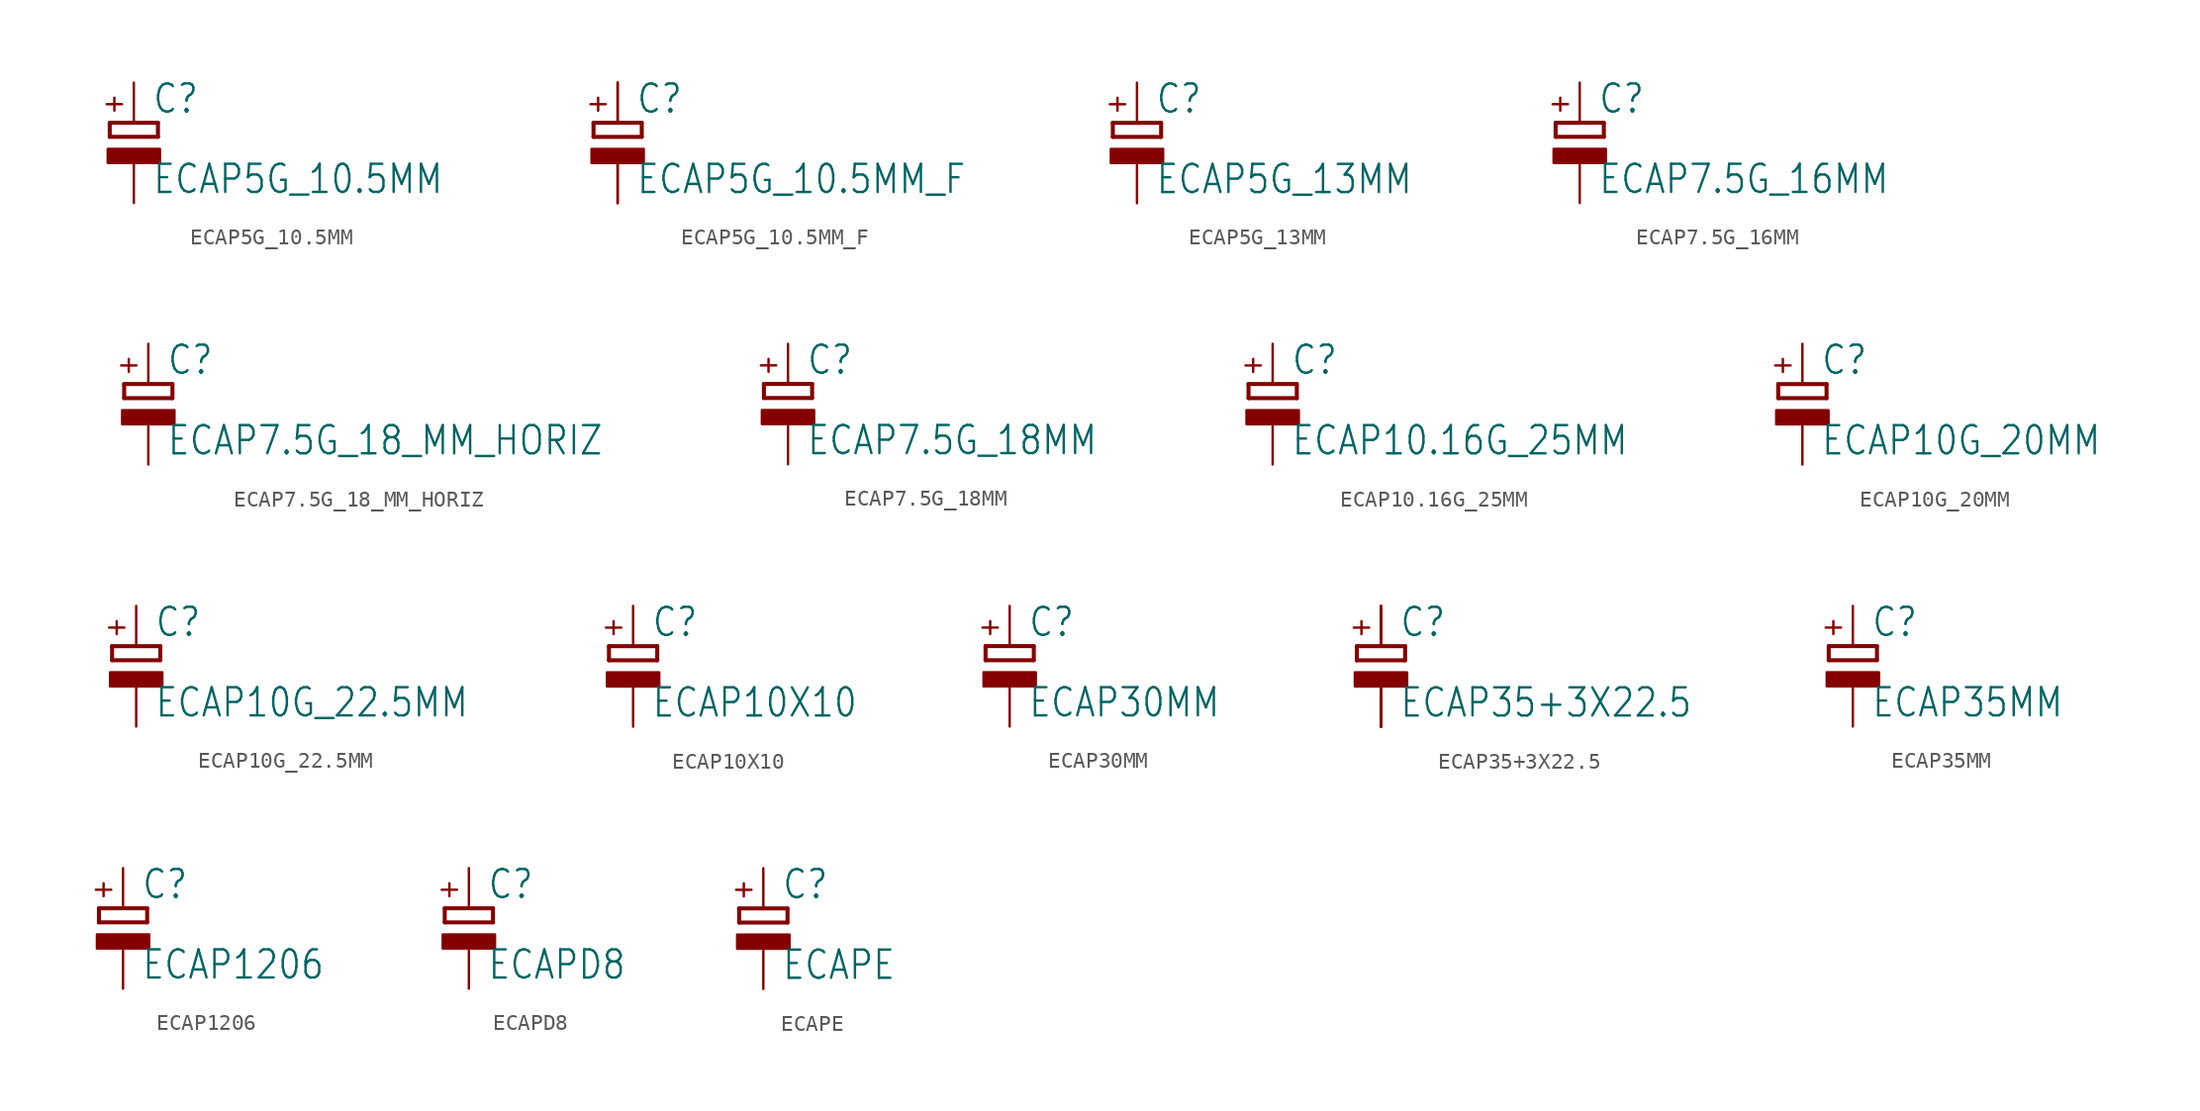
<source format=kicad_sym>
(kicad_symbol_lib
  (version 20211014)
  (generator kicad_symbol_editor)
  (symbol "ECAP5G_10.5MM"
    (property "Reference" "C"
      (at 1.143 0.483 0)
      (effects (font (size 1.778 1.511)) (justify left bottom)))
    (property "Value" "ECAP5G_10.5MM"
      (at 1.143 -4.597 0)
      (effects (font (size 1.778 1.511)) (justify left bottom)))
    (property "ki_locked" ""
      (at 0 0 0)
      (effects (font (size 1.27 1.27))))
    (symbol "ECAP5G_10.5MM_1_0"
      (rectangle (start -1.651 -2.54) (end 1.651 -1.651) (stroke (width 0) (type default) (color 0 0 0 0)) (fill (type outline)))
      (polyline (pts (xy -1.524 -0.889) (xy 1.524 -0.889)) (stroke (width 0.254) (type default) (color 0 0 0 0)) (fill (type none)))
      (polyline (pts (xy -1.524 0) (xy -1.524 -0.889)) (stroke (width 0.254) (type default) (color 0 0 0 0)) (fill (type none)))
      (polyline (pts (xy -1.524 0) (xy 1.524 0)) (stroke (width 0.254) (type default) (color 0 0 0 0)) (fill (type none)))
      (polyline (pts (xy 1.524 -0.889) (xy 1.524 0)) (stroke (width 0.254) (type default) (color 0 0 0 0)) (fill (type none)))
      (text "+" (at -0.584 0.406 900) (effects (font (size 1.27 1.079)) (justify left bottom)))
      (pin passive line (at 0 2.54 270) (length 2.54) (name "+" (effects (font (size 0 0)))) (number "+" (effects (font (size 0 0)))))
      (pin passive line (at 0 -5.08 90) (length 2.54) (name "-" (effects (font (size 0 0)))) (number "-" (effects (font (size 0 0)))))))
  (symbol "ECAP5G_10.5MM_F"
    (property "Reference" "C"
      (at 1.143 0.483 0)
      (effects (font (size 1.778 1.511)) (justify left bottom)))
    (property "Value" "ECAP5G_10.5MM_F"
      (at 1.143 -4.597 0)
      (effects (font (size 1.778 1.511)) (justify left bottom)))
    (property "ki_locked" ""
      (at 0 0 0)
      (effects (font (size 1.27 1.27))))
    (symbol "ECAP5G_10.5MM_F_1_0"
      (rectangle (start -1.651 -2.54) (end 1.651 -1.651) (stroke (width 0) (type default) (color 0 0 0 0)) (fill (type outline)))
      (polyline (pts (xy -1.524 -0.889) (xy 1.524 -0.889)) (stroke (width 0.254) (type default) (color 0 0 0 0)) (fill (type none)))
      (polyline (pts (xy -1.524 0) (xy -1.524 -0.889)) (stroke (width 0.254) (type default) (color 0 0 0 0)) (fill (type none)))
      (polyline (pts (xy -1.524 0) (xy 1.524 0)) (stroke (width 0.254) (type default) (color 0 0 0 0)) (fill (type none)))
      (polyline (pts (xy 1.524 -0.889) (xy 1.524 0)) (stroke (width 0.254) (type default) (color 0 0 0 0)) (fill (type none)))
      (text "+" (at -0.584 0.406 900) (effects (font (size 1.27 1.079)) (justify left bottom)))
      (pin passive line (at 0 2.54 270) (length 2.54) (name "+" (effects (font (size 0 0)))) (number "+" (effects (font (size 0 0)))))
      (pin passive line (at 0 2.54 270) (length 2.54) (name "+" (effects (font (size 0 0)))) (number "+.1" (effects (font (size 0 0)))))
      (pin passive line (at 0 -5.08 90) (length 2.54) (name "-" (effects (font (size 0 0)))) (number "-" (effects (font (size 0 0)))))
      (pin passive line (at 0 -5.08 90) (length 2.54) (name "-" (effects (font (size 0 0)))) (number "-.1" (effects (font (size 0 0)))))))
  (symbol "ECAP5G_13MM"
    (property "Reference" "C"
      (at 1.143 0.483 0)
      (effects (font (size 1.778 1.511)) (justify left bottom)))
    (property "Value" "ECAP5G_13MM"
      (at 1.143 -4.597 0)
      (effects (font (size 1.778 1.511)) (justify left bottom)))
    (property "ki_locked" ""
      (at 0 0 0)
      (effects (font (size 1.27 1.27))))
    (symbol "ECAP5G_13MM_1_0"
      (rectangle (start -1.651 -2.54) (end 1.651 -1.651) (stroke (width 0) (type default) (color 0 0 0 0)) (fill (type outline)))
      (polyline (pts (xy -1.524 -0.889) (xy 1.524 -0.889)) (stroke (width 0.254) (type default) (color 0 0 0 0)) (fill (type none)))
      (polyline (pts (xy -1.524 0) (xy -1.524 -0.889)) (stroke (width 0.254) (type default) (color 0 0 0 0)) (fill (type none)))
      (polyline (pts (xy -1.524 0) (xy 1.524 0)) (stroke (width 0.254) (type default) (color 0 0 0 0)) (fill (type none)))
      (polyline (pts (xy 1.524 -0.889) (xy 1.524 0)) (stroke (width 0.254) (type default) (color 0 0 0 0)) (fill (type none)))
      (text "+" (at -0.584 0.406 900) (effects (font (size 1.27 1.079)) (justify left bottom)))
      (pin passive line (at 0 2.54 270) (length 2.54) (name "+" (effects (font (size 0 0)))) (number "+" (effects (font (size 0 0)))))
      (pin passive line (at 0 -5.08 90) (length 2.54) (name "-" (effects (font (size 0 0)))) (number "-" (effects (font (size 0 0)))))))
  (symbol "ECAP7.5G_16MM"
    (property "Reference" "C"
      (at 1.143 0.483 0)
      (effects (font (size 1.778 1.511)) (justify left bottom)))
    (property "Value" "ECAP7.5G_16MM"
      (at 1.143 -4.597 0)
      (effects (font (size 1.778 1.511)) (justify left bottom)))
    (property "ki_locked" ""
      (at 0 0 0)
      (effects (font (size 1.27 1.27))))
    (symbol "ECAP7.5G_16MM_1_0"
      (rectangle (start -1.651 -2.54) (end 1.651 -1.651) (stroke (width 0) (type default) (color 0 0 0 0)) (fill (type outline)))
      (polyline (pts (xy -1.524 -0.889) (xy 1.524 -0.889)) (stroke (width 0.254) (type default) (color 0 0 0 0)) (fill (type none)))
      (polyline (pts (xy -1.524 0) (xy -1.524 -0.889)) (stroke (width 0.254) (type default) (color 0 0 0 0)) (fill (type none)))
      (polyline (pts (xy -1.524 0) (xy 1.524 0)) (stroke (width 0.254) (type default) (color 0 0 0 0)) (fill (type none)))
      (polyline (pts (xy 1.524 -0.889) (xy 1.524 0)) (stroke (width 0.254) (type default) (color 0 0 0 0)) (fill (type none)))
      (text "+" (at -0.584 0.406 900) (effects (font (size 1.27 1.079)) (justify left bottom)))
      (pin passive line (at 0 2.54 270) (length 2.54) (name "+" (effects (font (size 0 0)))) (number "+" (effects (font (size 0 0)))))
      (pin passive line (at 0 -5.08 90) (length 2.54) (name "-" (effects (font (size 0 0)))) (number "-" (effects (font (size 0 0)))))))
  (symbol "ECAP7.5G_18_MM_HORIZ"
    (property "Reference" "C"
      (at 1.143 0.483 0)
      (effects (font (size 1.778 1.511)) (justify left bottom)))
    (property "Value" "ECAP7.5G_18_MM_HORIZ"
      (at 1.143 -4.597 0)
      (effects (font (size 1.778 1.511)) (justify left bottom)))
    (property "ki_locked" ""
      (at 0 0 0)
      (effects (font (size 1.27 1.27))))
    (symbol "ECAP7.5G_18_MM_HORIZ_1_0"
      (rectangle (start -1.651 -2.54) (end 1.651 -1.651) (stroke (width 0) (type default) (color 0 0 0 0)) (fill (type outline)))
      (polyline (pts (xy -1.524 -0.889) (xy 1.524 -0.889)) (stroke (width 0.254) (type default) (color 0 0 0 0)) (fill (type none)))
      (polyline (pts (xy -1.524 0) (xy -1.524 -0.889)) (stroke (width 0.254) (type default) (color 0 0 0 0)) (fill (type none)))
      (polyline (pts (xy -1.524 0) (xy 1.524 0)) (stroke (width 0.254) (type default) (color 0 0 0 0)) (fill (type none)))
      (polyline (pts (xy 1.524 -0.889) (xy 1.524 0)) (stroke (width 0.254) (type default) (color 0 0 0 0)) (fill (type none)))
      (text "+" (at -0.584 0.406 900) (effects (font (size 1.27 1.079)) (justify left bottom)))
      (pin passive line (at 0 2.54 270) (length 2.54) (name "+" (effects (font (size 0 0)))) (number "+" (effects (font (size 0 0)))))
      (pin passive line (at 0 -5.08 90) (length 2.54) (name "-" (effects (font (size 0 0)))) (number "-" (effects (font (size 0 0)))))))
  (symbol "ECAP7.5G_18MM"
    (property "Reference" "C"
      (at 1.143 0.483 0)
      (effects (font (size 1.778 1.511)) (justify left bottom)))
    (property "Value" "ECAP7.5G_18MM"
      (at 1.143 -4.597 0)
      (effects (font (size 1.778 1.511)) (justify left bottom)))
    (property "ki_locked" ""
      (at 0 0 0)
      (effects (font (size 1.27 1.27))))
    (symbol "ECAP7.5G_18MM_1_0"
      (rectangle (start -1.651 -2.54) (end 1.651 -1.651) (stroke (width 0) (type default) (color 0 0 0 0)) (fill (type outline)))
      (polyline (pts (xy -1.524 -0.889) (xy 1.524 -0.889)) (stroke (width 0.254) (type default) (color 0 0 0 0)) (fill (type none)))
      (polyline (pts (xy -1.524 0) (xy -1.524 -0.889)) (stroke (width 0.254) (type default) (color 0 0 0 0)) (fill (type none)))
      (polyline (pts (xy -1.524 0) (xy 1.524 0)) (stroke (width 0.254) (type default) (color 0 0 0 0)) (fill (type none)))
      (polyline (pts (xy 1.524 -0.889) (xy 1.524 0)) (stroke (width 0.254) (type default) (color 0 0 0 0)) (fill (type none)))
      (text "+" (at -0.584 0.406 900) (effects (font (size 1.27 1.079)) (justify left bottom)))
      (pin passive line (at 0 2.54 270) (length 2.54) (name "+" (effects (font (size 0 0)))) (number "+" (effects (font (size 0 0)))))
      (pin passive line (at 0 -5.08 90) (length 2.54) (name "-" (effects (font (size 0 0)))) (number "-" (effects (font (size 0 0)))))))
  (symbol "ECAP10.16G_25MM"
    (property "Reference" "C"
      (at 1.143 0.483 0)
      (effects (font (size 1.778 1.511)) (justify left bottom)))
    (property "Value" "ECAP10.16G_25MM"
      (at 1.143 -4.597 0)
      (effects (font (size 1.778 1.511)) (justify left bottom)))
    (property "ki_locked" ""
      (at 0 0 0)
      (effects (font (size 1.27 1.27))))
    (symbol "ECAP10.16G_25MM_1_0"
      (rectangle (start -1.651 -2.54) (end 1.651 -1.651) (stroke (width 0) (type default) (color 0 0 0 0)) (fill (type outline)))
      (polyline (pts (xy -1.524 -0.889) (xy 1.524 -0.889)) (stroke (width 0.254) (type default) (color 0 0 0 0)) (fill (type none)))
      (polyline (pts (xy -1.524 0) (xy -1.524 -0.889)) (stroke (width 0.254) (type default) (color 0 0 0 0)) (fill (type none)))
      (polyline (pts (xy -1.524 0) (xy 1.524 0)) (stroke (width 0.254) (type default) (color 0 0 0 0)) (fill (type none)))
      (polyline (pts (xy 1.524 -0.889) (xy 1.524 0)) (stroke (width 0.254) (type default) (color 0 0 0 0)) (fill (type none)))
      (text "+" (at -0.584 0.406 900) (effects (font (size 1.27 1.079)) (justify left bottom)))
      (pin passive line (at 0 2.54 270) (length 2.54) (name "+" (effects (font (size 0 0)))) (number "+" (effects (font (size 0 0)))))
      (pin passive line (at 0 -5.08 90) (length 2.54) (name "-" (effects (font (size 0 0)))) (number "-" (effects (font (size 0 0)))))))
  (symbol "ECAP10G_20MM"
    (property "Reference" "C"
      (at 1.143 0.483 0)
      (effects (font (size 1.778 1.511)) (justify left bottom)))
    (property "Value" "ECAP10G_20MM"
      (at 1.143 -4.597 0)
      (effects (font (size 1.778 1.511)) (justify left bottom)))
    (property "ki_locked" ""
      (at 0 0 0)
      (effects (font (size 1.27 1.27))))
    (symbol "ECAP10G_20MM_1_0"
      (rectangle (start -1.651 -2.54) (end 1.651 -1.651) (stroke (width 0) (type default) (color 0 0 0 0)) (fill (type outline)))
      (polyline (pts (xy -1.524 -0.889) (xy 1.524 -0.889)) (stroke (width 0.254) (type default) (color 0 0 0 0)) (fill (type none)))
      (polyline (pts (xy -1.524 0) (xy -1.524 -0.889)) (stroke (width 0.254) (type default) (color 0 0 0 0)) (fill (type none)))
      (polyline (pts (xy -1.524 0) (xy 1.524 0)) (stroke (width 0.254) (type default) (color 0 0 0 0)) (fill (type none)))
      (polyline (pts (xy 1.524 -0.889) (xy 1.524 0)) (stroke (width 0.254) (type default) (color 0 0 0 0)) (fill (type none)))
      (text "+" (at -0.584 0.406 900) (effects (font (size 1.27 1.079)) (justify left bottom)))
      (pin passive line (at 0 2.54 270) (length 2.54) (name "+" (effects (font (size 0 0)))) (number "+" (effects (font (size 0 0)))))
      (pin passive line (at 0 -5.08 90) (length 2.54) (name "-" (effects (font (size 0 0)))) (number "-" (effects (font (size 0 0)))))))
  (symbol "ECAP10G_22.5MM"
    (property "Reference" "C"
      (at 1.143 0.483 0)
      (effects (font (size 1.778 1.511)) (justify left bottom)))
    (property "Value" "ECAP10G_22.5MM"
      (at 1.143 -4.597 0)
      (effects (font (size 1.778 1.511)) (justify left bottom)))
    (property "ki_locked" ""
      (at 0 0 0)
      (effects (font (size 1.27 1.27))))
    (symbol "ECAP10G_22.5MM_1_0"
      (rectangle (start -1.651 -2.54) (end 1.651 -1.651) (stroke (width 0) (type default) (color 0 0 0 0)) (fill (type outline)))
      (polyline (pts (xy -1.524 -0.889) (xy 1.524 -0.889)) (stroke (width 0.254) (type default) (color 0 0 0 0)) (fill (type none)))
      (polyline (pts (xy -1.524 0) (xy -1.524 -0.889)) (stroke (width 0.254) (type default) (color 0 0 0 0)) (fill (type none)))
      (polyline (pts (xy -1.524 0) (xy 1.524 0)) (stroke (width 0.254) (type default) (color 0 0 0 0)) (fill (type none)))
      (polyline (pts (xy 1.524 -0.889) (xy 1.524 0)) (stroke (width 0.254) (type default) (color 0 0 0 0)) (fill (type none)))
      (text "+" (at -0.584 0.406 900) (effects (font (size 1.27 1.079)) (justify left bottom)))
      (pin passive line (at 0 2.54 270) (length 2.54) (name "+" (effects (font (size 0 0)))) (number "+" (effects (font (size 0 0)))))
      (pin passive line (at 0 -5.08 90) (length 2.54) (name "-" (effects (font (size 0 0)))) (number "-" (effects (font (size 0 0)))))))
  (symbol "ECAP10X10"
    (property "Reference" "C"
      (at 1.143 0.483 0)
      (effects (font (size 1.778 1.511)) (justify left bottom)))
    (property "Value" "ECAP10X10"
      (at 1.143 -4.597 0)
      (effects (font (size 1.778 1.511)) (justify left bottom)))
    (property "ki_locked" ""
      (at 0 0 0)
      (effects (font (size 1.27 1.27))))
    (symbol "ECAP10X10_1_0"
      (rectangle (start -1.651 -2.54) (end 1.651 -1.651) (stroke (width 0) (type default) (color 0 0 0 0)) (fill (type outline)))
      (polyline (pts (xy -1.524 -0.889) (xy 1.524 -0.889)) (stroke (width 0.254) (type default) (color 0 0 0 0)) (fill (type none)))
      (polyline (pts (xy -1.524 0) (xy -1.524 -0.889)) (stroke (width 0.254) (type default) (color 0 0 0 0)) (fill (type none)))
      (polyline (pts (xy -1.524 0) (xy 1.524 0)) (stroke (width 0.254) (type default) (color 0 0 0 0)) (fill (type none)))
      (polyline (pts (xy 1.524 -0.889) (xy 1.524 0)) (stroke (width 0.254) (type default) (color 0 0 0 0)) (fill (type none)))
      (text "+" (at -0.584 0.406 900) (effects (font (size 1.27 1.079)) (justify left bottom)))
      (pin passive line (at 0 2.54 270) (length 2.54) (name "+" (effects (font (size 0 0)))) (number "+" (effects (font (size 0 0)))))
      (pin passive line (at 0 -5.08 90) (length 2.54) (name "-" (effects (font (size 0 0)))) (number "-" (effects (font (size 0 0)))))))
  (symbol "ECAP30MM"
    (property "Reference" "C"
      (at 1.143 0.483 0)
      (effects (font (size 1.778 1.511)) (justify left bottom)))
    (property "Value" "ECAP30MM"
      (at 1.143 -4.597 0)
      (effects (font (size 1.778 1.511)) (justify left bottom)))
    (property "ki_locked" ""
      (at 0 0 0)
      (effects (font (size 1.27 1.27))))
    (symbol "ECAP30MM_1_0"
      (rectangle (start -1.651 -2.54) (end 1.651 -1.651) (stroke (width 0) (type default) (color 0 0 0 0)) (fill (type outline)))
      (polyline (pts (xy -1.524 -0.889) (xy 1.524 -0.889)) (stroke (width 0.254) (type default) (color 0 0 0 0)) (fill (type none)))
      (polyline (pts (xy -1.524 0) (xy -1.524 -0.889)) (stroke (width 0.254) (type default) (color 0 0 0 0)) (fill (type none)))
      (polyline (pts (xy -1.524 0) (xy 1.524 0)) (stroke (width 0.254) (type default) (color 0 0 0 0)) (fill (type none)))
      (polyline (pts (xy 1.524 -0.889) (xy 1.524 0)) (stroke (width 0.254) (type default) (color 0 0 0 0)) (fill (type none)))
      (text "+" (at -0.584 0.406 900) (effects (font (size 1.27 1.079)) (justify left bottom)))
      (pin passive line (at 0 2.54 270) (length 2.54) (name "+" (effects (font (size 0 0)))) (number "+" (effects (font (size 0 0)))))
      (pin passive line (at 0 -5.08 90) (length 2.54) (name "-" (effects (font (size 0 0)))) (number "-" (effects (font (size 0 0)))))))
  (symbol "ECAP35+3X22.5"
    (property "Reference" "C"
      (at 1.143 0.483 0)
      (effects (font (size 1.778 1.511)) (justify left bottom)))
    (property "Value" "ECAP35+3X22.5"
      (at 1.143 -4.597 0)
      (effects (font (size 1.778 1.511)) (justify left bottom)))
    (property "ki_locked" ""
      (at 0 0 0)
      (effects (font (size 1.27 1.27))))
    (symbol "ECAP35+3X22.5_1_0"
      (rectangle (start -1.651 -2.54) (end 1.651 -1.651) (stroke (width 0) (type default) (color 0 0 0 0)) (fill (type outline)))
      (polyline (pts (xy -1.524 -0.889) (xy 1.524 -0.889)) (stroke (width 0.254) (type default) (color 0 0 0 0)) (fill (type none)))
      (polyline (pts (xy -1.524 0) (xy -1.524 -0.889)) (stroke (width 0.254) (type default) (color 0 0 0 0)) (fill (type none)))
      (polyline (pts (xy -1.524 0) (xy 1.524 0)) (stroke (width 0.254) (type default) (color 0 0 0 0)) (fill (type none)))
      (polyline (pts (xy 1.524 -0.889) (xy 1.524 0)) (stroke (width 0.254) (type default) (color 0 0 0 0)) (fill (type none)))
      (text "+" (at -0.584 0.406 900) (effects (font (size 1.27 1.079)) (justify left bottom)))
      (pin passive line (at 0 2.54 270) (length 2.54) (name "+" (effects (font (size 0 0)))) (number "+" (effects (font (size 0 0)))))
      (pin passive line (at 0 2.54 270) (length 2.54) (name "+" (effects (font (size 0 0)))) (number "+2" (effects (font (size 0 0)))))
      (pin passive line (at 0 2.54 270) (length 2.54) (name "+" (effects (font (size 0 0)))) (number "+3" (effects (font (size 0 0)))))
      (pin passive line (at 0 -5.08 90) (length 2.54) (name "-" (effects (font (size 0 0)))) (number "-" (effects (font (size 0 0)))))
      (pin passive line (at 0 -5.08 90) (length 2.54) (name "-" (effects (font (size 0 0)))) (number "-1" (effects (font (size 0 0)))))
      (pin passive line (at 0 -5.08 90) (length 2.54) (name "-" (effects (font (size 0 0)))) (number "-2" (effects (font (size 0 0)))))
      (pin passive line (at 0 -5.08 90) (length 2.54) (name "-" (effects (font (size 0 0)))) (number "-3" (effects (font (size 0 0)))))))
  (symbol "ECAP35MM"
    (property "Reference" "C"
      (at 1.143 0.483 0)
      (effects (font (size 1.778 1.511)) (justify left bottom)))
    (property "Value" "ECAP35MM"
      (at 1.143 -4.597 0)
      (effects (font (size 1.778 1.511)) (justify left bottom)))
    (property "ki_locked" ""
      (at 0 0 0)
      (effects (font (size 1.27 1.27))))
    (symbol "ECAP35MM_1_0"
      (rectangle (start -1.651 -2.54) (end 1.651 -1.651) (stroke (width 0) (type default) (color 0 0 0 0)) (fill (type outline)))
      (polyline (pts (xy -1.524 -0.889) (xy 1.524 -0.889)) (stroke (width 0.254) (type default) (color 0 0 0 0)) (fill (type none)))
      (polyline (pts (xy -1.524 0) (xy -1.524 -0.889)) (stroke (width 0.254) (type default) (color 0 0 0 0)) (fill (type none)))
      (polyline (pts (xy -1.524 0) (xy 1.524 0)) (stroke (width 0.254) (type default) (color 0 0 0 0)) (fill (type none)))
      (polyline (pts (xy 1.524 -0.889) (xy 1.524 0)) (stroke (width 0.254) (type default) (color 0 0 0 0)) (fill (type none)))
      (text "+" (at -0.584 0.406 900) (effects (font (size 1.27 1.079)) (justify left bottom)))
      (pin passive line (at 0 2.54 270) (length 2.54) (name "+" (effects (font (size 0 0)))) (number "+" (effects (font (size 0 0)))))
      (pin passive line (at 0 -5.08 90) (length 2.54) (name "-" (effects (font (size 0 0)))) (number "-" (effects (font (size 0 0)))))))
  (symbol "ECAP1206"
    (property "Reference" "C"
      (at 1.143 0.483 0)
      (effects (font (size 1.778 1.511)) (justify left bottom)))
    (property "Value" "ECAP1206"
      (at 1.143 -4.597 0)
      (effects (font (size 1.778 1.511)) (justify left bottom)))
    (property "ki_locked" ""
      (at 0 0 0)
      (effects (font (size 1.27 1.27))))
    (symbol "ECAP1206_1_0"
      (rectangle (start -1.651 -2.54) (end 1.651 -1.651) (stroke (width 0) (type default) (color 0 0 0 0)) (fill (type outline)))
      (polyline (pts (xy -1.524 -0.889) (xy 1.524 -0.889)) (stroke (width 0.254) (type default) (color 0 0 0 0)) (fill (type none)))
      (polyline (pts (xy -1.524 0) (xy -1.524 -0.889)) (stroke (width 0.254) (type default) (color 0 0 0 0)) (fill (type none)))
      (polyline (pts (xy -1.524 0) (xy 1.524 0)) (stroke (width 0.254) (type default) (color 0 0 0 0)) (fill (type none)))
      (polyline (pts (xy 1.524 -0.889) (xy 1.524 0)) (stroke (width 0.254) (type default) (color 0 0 0 0)) (fill (type none)))
      (text "+" (at -0.584 0.406 900) (effects (font (size 1.27 1.079)) (justify left bottom)))
      (pin passive line (at 0 2.54 270) (length 2.54) (name "+" (effects (font (size 0 0)))) (number "+" (effects (font (size 0 0)))))
      (pin passive line (at 0 -5.08 90) (length 2.54) (name "-" (effects (font (size 0 0)))) (number "-" (effects (font (size 0 0)))))))
  (symbol "ECAPD8"
    (property "Reference" "C"
      (at 1.143 0.483 0)
      (effects (font (size 1.778 1.511)) (justify left bottom)))
    (property "Value" "ECAPD8"
      (at 1.143 -4.597 0)
      (effects (font (size 1.778 1.511)) (justify left bottom)))
    (property "ki_locked" ""
      (at 0 0 0)
      (effects (font (size 1.27 1.27))))
    (symbol "ECAPD8_1_0"
      (rectangle (start -1.651 -2.54) (end 1.651 -1.651) (stroke (width 0) (type default) (color 0 0 0 0)) (fill (type outline)))
      (polyline (pts (xy -1.524 -0.889) (xy 1.524 -0.889)) (stroke (width 0.254) (type default) (color 0 0 0 0)) (fill (type none)))
      (polyline (pts (xy -1.524 0) (xy -1.524 -0.889)) (stroke (width 0.254) (type default) (color 0 0 0 0)) (fill (type none)))
      (polyline (pts (xy -1.524 0) (xy 1.524 0)) (stroke (width 0.254) (type default) (color 0 0 0 0)) (fill (type none)))
      (polyline (pts (xy 1.524 -0.889) (xy 1.524 0)) (stroke (width 0.254) (type default) (color 0 0 0 0)) (fill (type none)))
      (text "+" (at -0.584 0.406 900) (effects (font (size 1.27 1.079)) (justify left bottom)))
      (pin passive line (at 0 2.54 270) (length 2.54) (name "+" (effects (font (size 0 0)))) (number "1" (effects (font (size 0 0)))))
      (pin passive line (at 0 -5.08 90) (length 2.54) (name "-" (effects (font (size 0 0)))) (number "2" (effects (font (size 0 0)))))))
  (symbol "ECAPE"
    (property "Reference" "C"
      (at 1.143 0.483 0)
      (effects (font (size 1.778 1.511)) (justify left bottom)))
    (property "Value" "ECAPE"
      (at 1.143 -4.597 0)
      (effects (font (size 1.778 1.511)) (justify left bottom)))
    (property "ki_locked" ""
      (at 0 0 0)
      (effects (font (size 1.27 1.27))))
    (symbol "ECAPE_1_0"
      (rectangle (start -1.651 -2.54) (end 1.651 -1.651) (stroke (width 0) (type default) (color 0 0 0 0)) (fill (type outline)))
      (polyline (pts (xy -1.524 -0.889) (xy 1.524 -0.889)) (stroke (width 0.254) (type default) (color 0 0 0 0)) (fill (type none)))
      (polyline (pts (xy -1.524 0) (xy -1.524 -0.889)) (stroke (width 0.254) (type default) (color 0 0 0 0)) (fill (type none)))
      (polyline (pts (xy -1.524 0) (xy 1.524 0)) (stroke (width 0.254) (type default) (color 0 0 0 0)) (fill (type none)))
      (polyline (pts (xy 1.524 -0.889) (xy 1.524 0)) (stroke (width 0.254) (type default) (color 0 0 0 0)) (fill (type none)))
      (text "+" (at -0.584 0.406 900) (effects (font (size 1.27 1.079)) (justify left bottom)))
      (pin passive line (at 0 2.54 270) (length 2.54) (name "+" (effects (font (size 0 0)))) (number "1" (effects (font (size 0 0)))))
      (pin passive line (at 0 -5.08 90) (length 2.54) (name "-" (effects (font (size 0 0)))) (number "2" (effects (font (size 0 0))))))))
</source>
